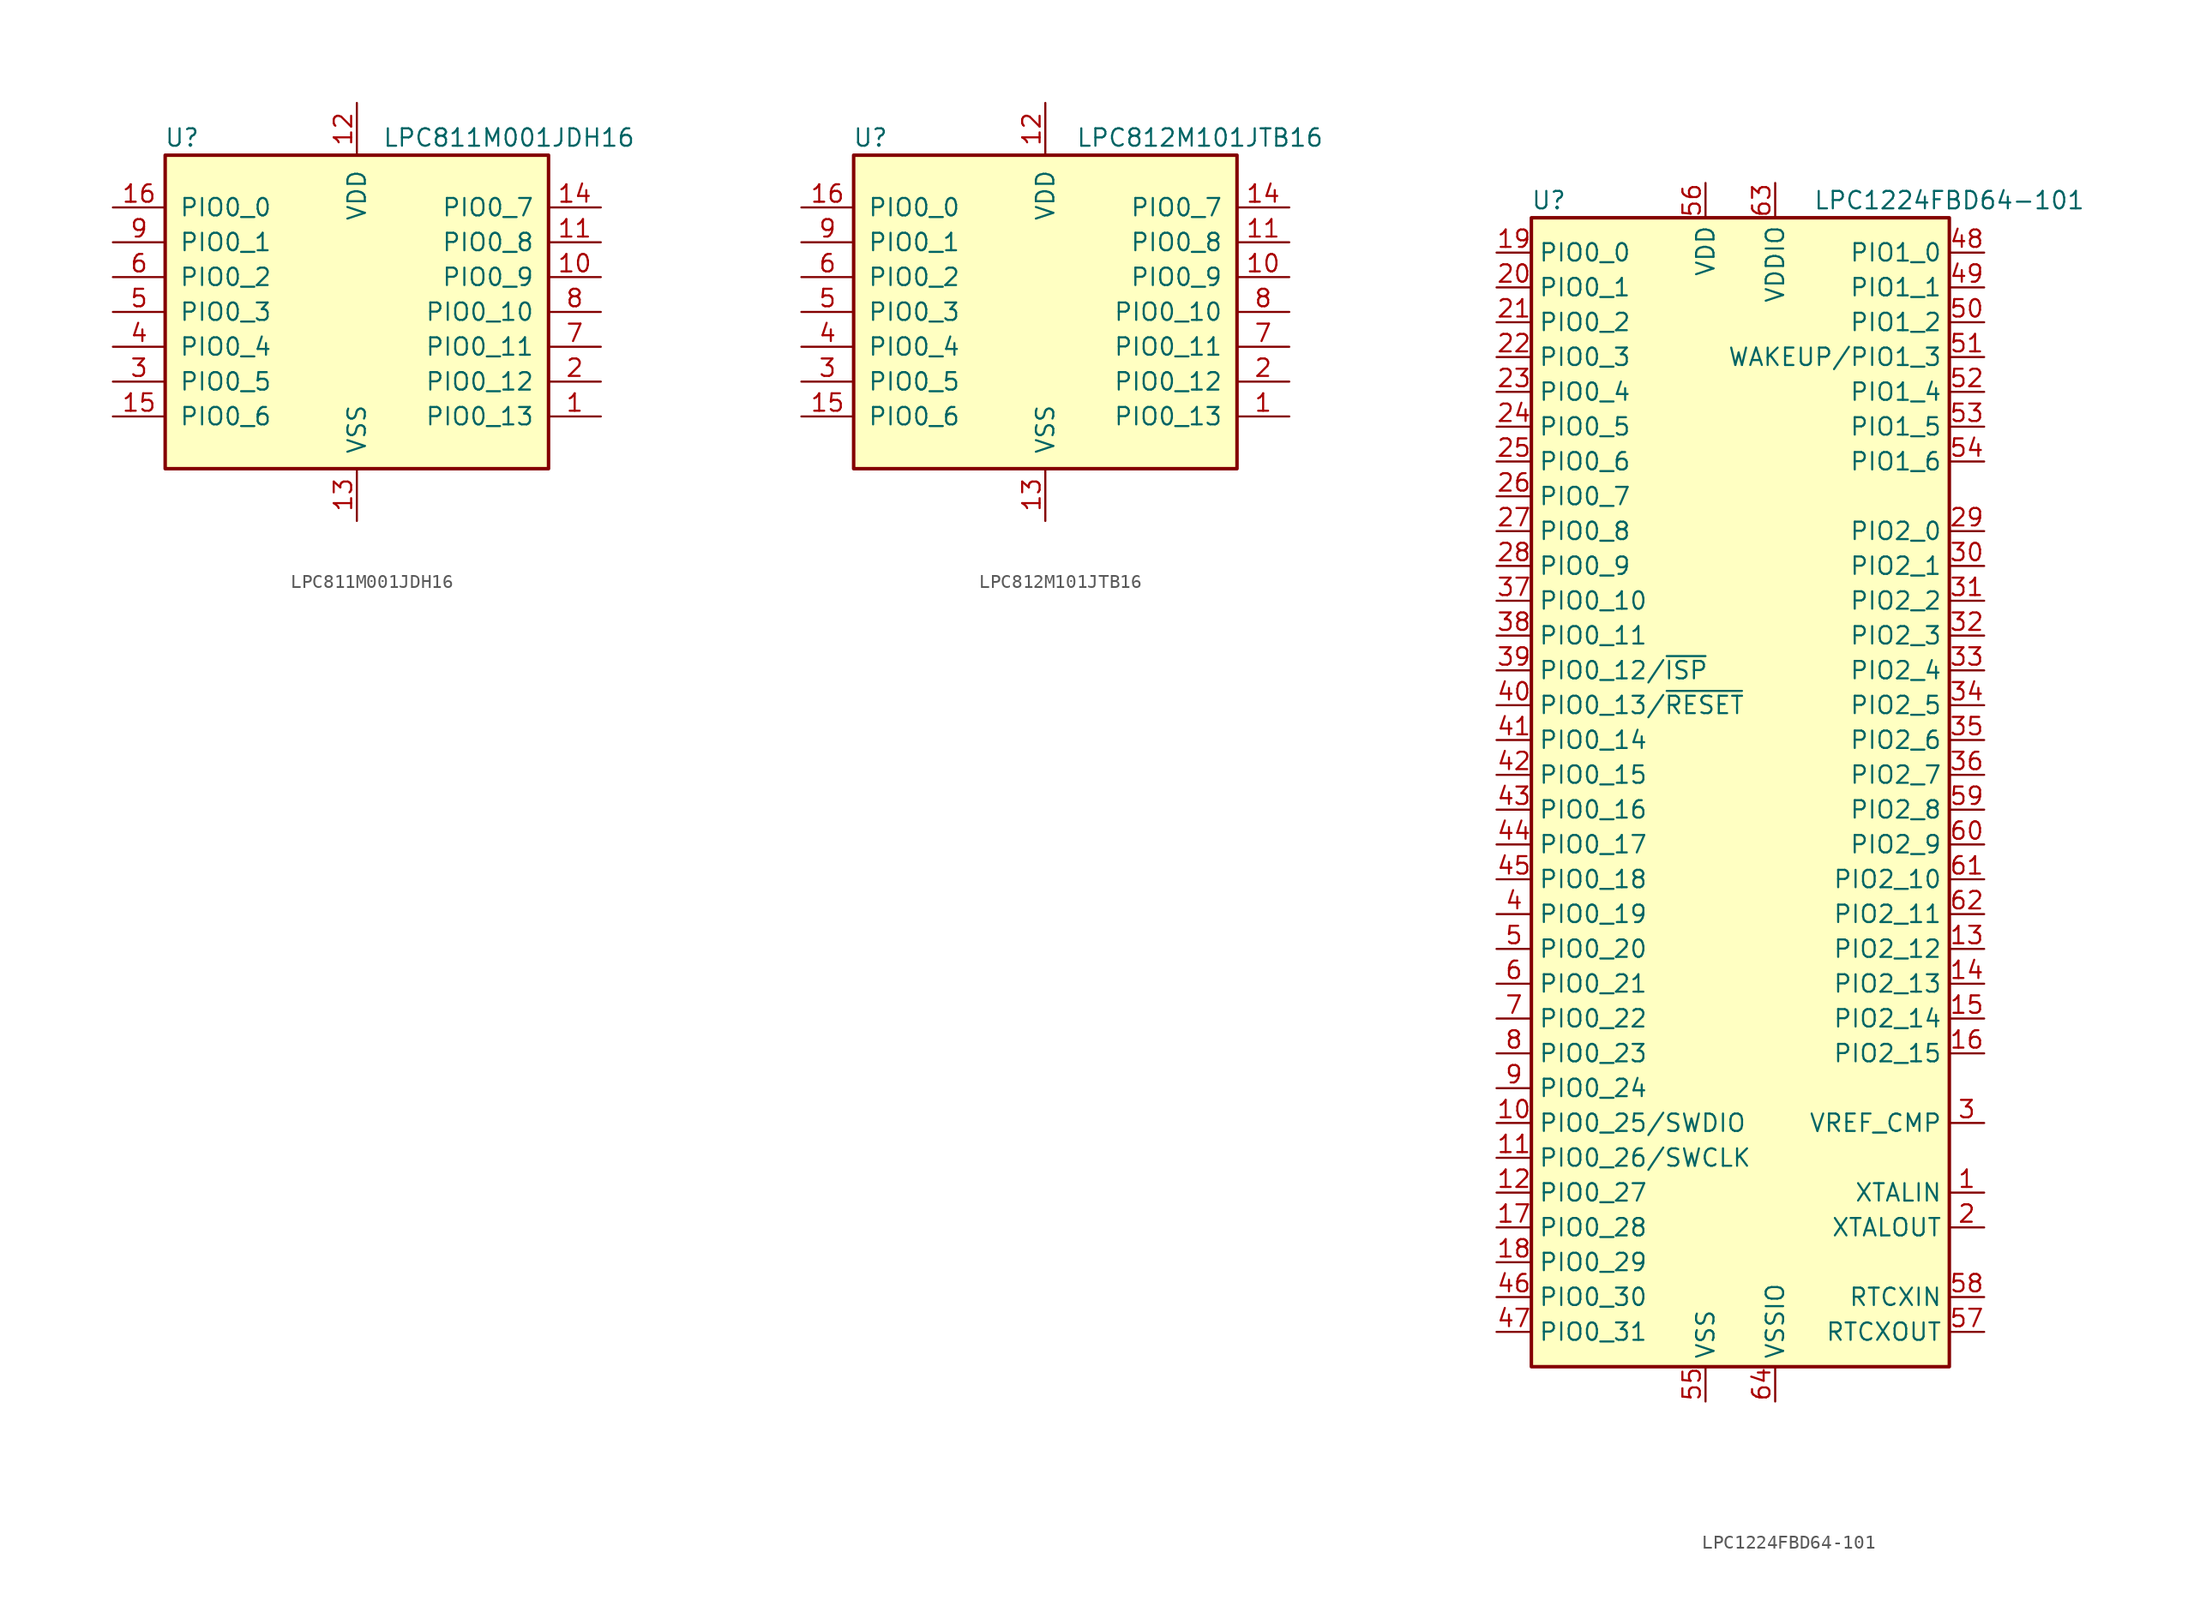
<source format=kicad_sym>
(kicad_symbol_lib
  (version 20201005)
  (generator kicad_symbol_editor)
  (symbol "LPC811M001JDH16"
    (pin_names
      (offset 1.016))
    (property "Reference" "U"
      (at -11.43 12.7 0)
      (effects (font (size 1.27 1.27)) (justify right)))
    (property "Value" "LPC811M001JDH16"
      (at 20.32 12.7 0)
      (effects (font (size 1.27 1.27)) (justify right)))
    (symbol "LPC811M001JDH16_0_1"
      (rectangle (start 13.97 11.43) (end -13.97 -11.43) (stroke (width 0.254)) (fill (type background))))
    (symbol "LPC811M001JDH16_1_1"
      (pin bidirectional line (at 17.78 -7.62 180) (length 3.81) (name "PIO0_13" (effects (font (size 1.27 1.27)))) (number "1" (effects (font (size 1.27 1.27)))))
      (pin bidirectional line (at 17.78 2.54 180) (length 3.81) (name "PIO0_9" (effects (font (size 1.27 1.27)))) (number "10" (effects (font (size 1.27 1.27)))))
      (pin bidirectional line (at 17.78 5.08 180) (length 3.81) (name "PIO0_8" (effects (font (size 1.27 1.27)))) (number "11" (effects (font (size 1.27 1.27)))))
      (pin power_in line (at 0 15.24 270) (length 3.81) (name "VDD" (effects (font (size 1.27 1.27)))) (number "12" (effects (font (size 1.27 1.27)))))
      (pin power_in line (at 0 -15.24 90) (length 3.81) (name "VSS" (effects (font (size 1.27 1.27)))) (number "13" (effects (font (size 1.27 1.27)))))
      (pin bidirectional line (at 17.78 7.62 180) (length 3.81) (name "PIO0_7" (effects (font (size 1.27 1.27)))) (number "14" (effects (font (size 1.27 1.27)))))
      (pin bidirectional line (at -17.78 -7.62 0) (length 3.81) (name "PIO0_6" (effects (font (size 1.27 1.27)))) (number "15" (effects (font (size 1.27 1.27)))))
      (pin bidirectional line (at -17.78 7.62 0) (length 3.81) (name "PIO0_0" (effects (font (size 1.27 1.27)))) (number "16" (effects (font (size 1.27 1.27)))))
      (pin bidirectional line (at 17.78 -5.08 180) (length 3.81) (name "PIO0_12" (effects (font (size 1.27 1.27)))) (number "2" (effects (font (size 1.27 1.27)))))
      (pin bidirectional line (at -17.78 -5.08 0) (length 3.81) (name "PIO0_5" (effects (font (size 1.27 1.27)))) (number "3" (effects (font (size 1.27 1.27)))))
      (pin bidirectional line (at -17.78 -2.54 0) (length 3.81) (name "PIO0_4" (effects (font (size 1.27 1.27)))) (number "4" (effects (font (size 1.27 1.27)))))
      (pin bidirectional line (at -17.78 0 0) (length 3.81) (name "PIO0_3" (effects (font (size 1.27 1.27)))) (number "5" (effects (font (size 1.27 1.27)))))
      (pin bidirectional line (at -17.78 2.54 0) (length 3.81) (name "PIO0_2" (effects (font (size 1.27 1.27)))) (number "6" (effects (font (size 1.27 1.27)))))
      (pin bidirectional line (at 17.78 -2.54 180) (length 3.81) (name "PIO0_11" (effects (font (size 1.27 1.27)))) (number "7" (effects (font (size 1.27 1.27)))))
      (pin bidirectional line (at 17.78 0 180) (length 3.81) (name "PIO0_10" (effects (font (size 1.27 1.27)))) (number "8" (effects (font (size 1.27 1.27)))))
      (pin bidirectional line (at -17.78 5.08 0) (length 3.81) (name "PIO0_1" (effects (font (size 1.27 1.27)))) (number "9" (effects (font (size 1.27 1.27)))))))
  (symbol "LPC812M101JTB16"
    (pin_names
      (offset 1.016))
    (property "Reference" "U"
      (at -11.43 12.7 0)
      (effects (font (size 1.27 1.27)) (justify right)))
    (property "Value" "LPC812M101JTB16"
      (at 20.32 12.7 0)
      (effects (font (size 1.27 1.27)) (justify right)))
    (symbol "LPC812M101JTB16_0_1"
      (rectangle (start 13.97 11.43) (end -13.97 -11.43) (stroke (width 0.254)) (fill (type background))))
    (symbol "LPC812M101JTB16_1_1"
      (pin bidirectional line (at 17.78 -7.62 180) (length 3.81) (name "PIO0_13" (effects (font (size 1.27 1.27)))) (number "1" (effects (font (size 1.27 1.27)))))
      (pin bidirectional line (at 17.78 2.54 180) (length 3.81) (name "PIO0_9" (effects (font (size 1.27 1.27)))) (number "10" (effects (font (size 1.27 1.27)))))
      (pin bidirectional line (at 17.78 5.08 180) (length 3.81) (name "PIO0_8" (effects (font (size 1.27 1.27)))) (number "11" (effects (font (size 1.27 1.27)))))
      (pin power_in line (at 0 15.24 270) (length 3.81) (name "VDD" (effects (font (size 1.27 1.27)))) (number "12" (effects (font (size 1.27 1.27)))))
      (pin power_in line (at 0 -15.24 90) (length 3.81) (name "VSS" (effects (font (size 1.27 1.27)))) (number "13" (effects (font (size 1.27 1.27)))))
      (pin bidirectional line (at 17.78 7.62 180) (length 3.81) (name "PIO0_7" (effects (font (size 1.27 1.27)))) (number "14" (effects (font (size 1.27 1.27)))))
      (pin bidirectional line (at -17.78 -7.62 0) (length 3.81) (name "PIO0_6" (effects (font (size 1.27 1.27)))) (number "15" (effects (font (size 1.27 1.27)))))
      (pin bidirectional line (at -17.78 7.62 0) (length 3.81) (name "PIO0_0" (effects (font (size 1.27 1.27)))) (number "16" (effects (font (size 1.27 1.27)))))
      (pin bidirectional line (at 17.78 -5.08 180) (length 3.81) (name "PIO0_12" (effects (font (size 1.27 1.27)))) (number "2" (effects (font (size 1.27 1.27)))))
      (pin bidirectional line (at -17.78 -5.08 0) (length 3.81) (name "PIO0_5" (effects (font (size 1.27 1.27)))) (number "3" (effects (font (size 1.27 1.27)))))
      (pin bidirectional line (at -17.78 -2.54 0) (length 3.81) (name "PIO0_4" (effects (font (size 1.27 1.27)))) (number "4" (effects (font (size 1.27 1.27)))))
      (pin bidirectional line (at -17.78 0 0) (length 3.81) (name "PIO0_3" (effects (font (size 1.27 1.27)))) (number "5" (effects (font (size 1.27 1.27)))))
      (pin bidirectional line (at -17.78 2.54 0) (length 3.81) (name "PIO0_2" (effects (font (size 1.27 1.27)))) (number "6" (effects (font (size 1.27 1.27)))))
      (pin bidirectional line (at 17.78 -2.54 180) (length 3.81) (name "PIO0_11" (effects (font (size 1.27 1.27)))) (number "7" (effects (font (size 1.27 1.27)))))
      (pin bidirectional line (at 17.78 0 180) (length 3.81) (name "PIO0_10" (effects (font (size 1.27 1.27)))) (number "8" (effects (font (size 1.27 1.27)))))
      (pin bidirectional line (at -17.78 5.08 0) (length 3.81) (name "PIO0_1" (effects (font (size 1.27 1.27)))) (number "9" (effects (font (size 1.27 1.27)))))))
  (symbol "LPC1224FBD64-101"
    (property "Reference" "U"
      (at -13.97 44.45 0)
      (effects (font (size 1.27 1.27))))
    (property "Value" "LPC1224FBD64-101"
      (at 15.24 44.45 0)
      (effects (font (size 1.27 1.27))))
    (symbol "LPC1224FBD64-101_0_1"
      (rectangle (start -15.24 43.18) (end 15.24 -40.64) (stroke (width 0.254)) (fill (type background))))
    (symbol "LPC1224FBD64-101_1_1"
      (pin input line (at 17.78 -27.94 180) (length 2.54) (name "XTALIN" (effects (font (size 1.27 1.27)))) (number "1" (effects (font (size 1.27 1.27)))))
      (pin bidirectional line (at -17.78 -22.86 0) (length 2.54) (name "PIO0_25/SWDIO" (effects (font (size 1.27 1.27)))) (number "10" (effects (font (size 1.27 1.27)))))
      (pin bidirectional line (at -17.78 -25.4 0) (length 2.54) (name "PIO0_26/SWCLK" (effects (font (size 1.27 1.27)))) (number "11" (effects (font (size 1.27 1.27)))))
      (pin bidirectional line (at -17.78 -27.94 0) (length 2.54) (name "PIO0_27" (effects (font (size 1.27 1.27)))) (number "12" (effects (font (size 1.27 1.27)))))
      (pin bidirectional line (at 17.78 -10.16 180) (length 2.54) (name "PIO2_12" (effects (font (size 1.27 1.27)))) (number "13" (effects (font (size 1.27 1.27)))))
      (pin bidirectional line (at 17.78 -12.7 180) (length 2.54) (name "PIO2_13" (effects (font (size 1.27 1.27)))) (number "14" (effects (font (size 1.27 1.27)))))
      (pin bidirectional line (at 17.78 -15.24 180) (length 2.54) (name "PIO2_14" (effects (font (size 1.27 1.27)))) (number "15" (effects (font (size 1.27 1.27)))))
      (pin bidirectional line (at 17.78 -17.78 180) (length 2.54) (name "PIO2_15" (effects (font (size 1.27 1.27)))) (number "16" (effects (font (size 1.27 1.27)))))
      (pin bidirectional line (at -17.78 -30.48 0) (length 2.54) (name "PIO0_28" (effects (font (size 1.27 1.27)))) (number "17" (effects (font (size 1.27 1.27)))))
      (pin bidirectional line (at -17.78 -33.02 0) (length 2.54) (name "PIO0_29" (effects (font (size 1.27 1.27)))) (number "18" (effects (font (size 1.27 1.27)))))
      (pin bidirectional line (at -17.78 40.64 0) (length 2.54) (name "PIO0_0" (effects (font (size 1.27 1.27)))) (number "19" (effects (font (size 1.27 1.27)))))
      (pin output line (at 17.78 -30.48 180) (length 2.54) (name "XTALOUT" (effects (font (size 1.27 1.27)))) (number "2" (effects (font (size 1.27 1.27)))))
      (pin bidirectional line (at -17.78 38.1 0) (length 2.54) (name "PIO0_1" (effects (font (size 1.27 1.27)))) (number "20" (effects (font (size 1.27 1.27)))))
      (pin bidirectional line (at -17.78 35.56 0) (length 2.54) (name "PIO0_2" (effects (font (size 1.27 1.27)))) (number "21" (effects (font (size 1.27 1.27)))))
      (pin bidirectional line (at -17.78 33.02 0) (length 2.54) (name "PIO0_3" (effects (font (size 1.27 1.27)))) (number "22" (effects (font (size 1.27 1.27)))))
      (pin bidirectional line (at -17.78 30.48 0) (length 2.54) (name "PIO0_4" (effects (font (size 1.27 1.27)))) (number "23" (effects (font (size 1.27 1.27)))))
      (pin bidirectional line (at -17.78 27.94 0) (length 2.54) (name "PIO0_5" (effects (font (size 1.27 1.27)))) (number "24" (effects (font (size 1.27 1.27)))))
      (pin bidirectional line (at -17.78 25.4 0) (length 2.54) (name "PIO0_6" (effects (font (size 1.27 1.27)))) (number "25" (effects (font (size 1.27 1.27)))))
      (pin bidirectional line (at -17.78 22.86 0) (length 2.54) (name "PIO0_7" (effects (font (size 1.27 1.27)))) (number "26" (effects (font (size 1.27 1.27)))))
      (pin bidirectional line (at -17.78 20.32 0) (length 2.54) (name "PIO0_8" (effects (font (size 1.27 1.27)))) (number "27" (effects (font (size 1.27 1.27)))))
      (pin bidirectional line (at -17.78 17.78 0) (length 2.54) (name "PIO0_9" (effects (font (size 1.27 1.27)))) (number "28" (effects (font (size 1.27 1.27)))))
      (pin bidirectional line (at 17.78 20.32 180) (length 2.54) (name "PIO2_0" (effects (font (size 1.27 1.27)))) (number "29" (effects (font (size 1.27 1.27)))))
      (pin input line (at 17.78 -22.86 180) (length 2.54) (name "VREF_CMP" (effects (font (size 1.27 1.27)))) (number "3" (effects (font (size 1.27 1.27)))))
      (pin bidirectional line (at 17.78 17.78 180) (length 2.54) (name "PIO2_1" (effects (font (size 1.27 1.27)))) (number "30" (effects (font (size 1.27 1.27)))))
      (pin bidirectional line (at 17.78 15.24 180) (length 2.54) (name "PIO2_2" (effects (font (size 1.27 1.27)))) (number "31" (effects (font (size 1.27 1.27)))))
      (pin bidirectional line (at 17.78 12.7 180) (length 2.54) (name "PIO2_3" (effects (font (size 1.27 1.27)))) (number "32" (effects (font (size 1.27 1.27)))))
      (pin bidirectional line (at 17.78 10.16 180) (length 2.54) (name "PIO2_4" (effects (font (size 1.27 1.27)))) (number "33" (effects (font (size 1.27 1.27)))))
      (pin bidirectional line (at 17.78 7.62 180) (length 2.54) (name "PIO2_5" (effects (font (size 1.27 1.27)))) (number "34" (effects (font (size 1.27 1.27)))))
      (pin bidirectional line (at 17.78 5.08 180) (length 2.54) (name "PIO2_6" (effects (font (size 1.27 1.27)))) (number "35" (effects (font (size 1.27 1.27)))))
      (pin bidirectional line (at 17.78 2.54 180) (length 2.54) (name "PIO2_7" (effects (font (size 1.27 1.27)))) (number "36" (effects (font (size 1.27 1.27)))))
      (pin bidirectional line (at -17.78 15.24 0) (length 2.54) (name "PIO0_10" (effects (font (size 1.27 1.27)))) (number "37" (effects (font (size 1.27 1.27)))))
      (pin bidirectional line (at -17.78 12.7 0) (length 2.54) (name "PIO0_11" (effects (font (size 1.27 1.27)))) (number "38" (effects (font (size 1.27 1.27)))))
      (pin bidirectional line (at -17.78 10.16 0) (length 2.54) (name "PIO0_12/~ISP" (effects (font (size 1.27 1.27)))) (number "39" (effects (font (size 1.27 1.27)))))
      (pin bidirectional line (at -17.78 -7.62 0) (length 2.54) (name "PIO0_19" (effects (font (size 1.27 1.27)))) (number "4" (effects (font (size 1.27 1.27)))))
      (pin bidirectional line (at -17.78 7.62 0) (length 2.54) (name "PIO0_13/~RESET" (effects (font (size 1.27 1.27)))) (number "40" (effects (font (size 1.27 1.27)))))
      (pin bidirectional line (at -17.78 5.08 0) (length 2.54) (name "PIO0_14" (effects (font (size 1.27 1.27)))) (number "41" (effects (font (size 1.27 1.27)))))
      (pin bidirectional line (at -17.78 2.54 0) (length 2.54) (name "PIO0_15" (effects (font (size 1.27 1.27)))) (number "42" (effects (font (size 1.27 1.27)))))
      (pin bidirectional line (at -17.78 0 0) (length 2.54) (name "PIO0_16" (effects (font (size 1.27 1.27)))) (number "43" (effects (font (size 1.27 1.27)))))
      (pin bidirectional line (at -17.78 -2.54 0) (length 2.54) (name "PIO0_17" (effects (font (size 1.27 1.27)))) (number "44" (effects (font (size 1.27 1.27)))))
      (pin bidirectional line (at -17.78 -5.08 0) (length 2.54) (name "PIO0_18" (effects (font (size 1.27 1.27)))) (number "45" (effects (font (size 1.27 1.27)))))
      (pin bidirectional line (at -17.78 -35.56 0) (length 2.54) (name "PIO0_30" (effects (font (size 1.27 1.27)))) (number "46" (effects (font (size 1.27 1.27)))))
      (pin bidirectional line (at -17.78 -38.1 0) (length 2.54) (name "PIO0_31" (effects (font (size 1.27 1.27)))) (number "47" (effects (font (size 1.27 1.27)))))
      (pin bidirectional line (at 17.78 40.64 180) (length 2.54) (name "PIO1_0" (effects (font (size 1.27 1.27)))) (number "48" (effects (font (size 1.27 1.27)))))
      (pin bidirectional line (at 17.78 38.1 180) (length 2.54) (name "PIO1_1" (effects (font (size 1.27 1.27)))) (number "49" (effects (font (size 1.27 1.27)))))
      (pin bidirectional line (at -17.78 -10.16 0) (length 2.54) (name "PIO0_20" (effects (font (size 1.27 1.27)))) (number "5" (effects (font (size 1.27 1.27)))))
      (pin bidirectional line (at 17.78 35.56 180) (length 2.54) (name "PIO1_2" (effects (font (size 1.27 1.27)))) (number "50" (effects (font (size 1.27 1.27)))))
      (pin bidirectional line (at 17.78 33.02 180) (length 2.54) (name "WAKEUP/PIO1_3" (effects (font (size 1.27 1.27)))) (number "51" (effects (font (size 1.27 1.27)))))
      (pin bidirectional line (at 17.78 30.48 180) (length 2.54) (name "PIO1_4" (effects (font (size 1.27 1.27)))) (number "52" (effects (font (size 1.27 1.27)))))
      (pin bidirectional line (at 17.78 27.94 180) (length 2.54) (name "PIO1_5" (effects (font (size 1.27 1.27)))) (number "53" (effects (font (size 1.27 1.27)))))
      (pin bidirectional line (at 17.78 25.4 180) (length 2.54) (name "PIO1_6" (effects (font (size 1.27 1.27)))) (number "54" (effects (font (size 1.27 1.27)))))
      (pin power_in line (at -2.54 -43.18 90) (length 2.54) (name "VSS" (effects (font (size 1.27 1.27)))) (number "55" (effects (font (size 1.27 1.27)))))
      (pin power_in line (at -2.54 45.72 270) (length 2.54) (name "VDD" (effects (font (size 1.27 1.27)))) (number "56" (effects (font (size 1.27 1.27)))))
      (pin output line (at 17.78 -38.1 180) (length 2.54) (name "RTCXOUT" (effects (font (size 1.27 1.27)))) (number "57" (effects (font (size 1.27 1.27)))))
      (pin input line (at 17.78 -35.56 180) (length 2.54) (name "RTCXIN" (effects (font (size 1.27 1.27)))) (number "58" (effects (font (size 1.27 1.27)))))
      (pin bidirectional line (at 17.78 0 180) (length 2.54) (name "PIO2_8" (effects (font (size 1.27 1.27)))) (number "59" (effects (font (size 1.27 1.27)))))
      (pin bidirectional line (at -17.78 -12.7 0) (length 2.54) (name "PIO0_21" (effects (font (size 1.27 1.27)))) (number "6" (effects (font (size 1.27 1.27)))))
      (pin bidirectional line (at 17.78 -2.54 180) (length 2.54) (name "PIO2_9" (effects (font (size 1.27 1.27)))) (number "60" (effects (font (size 1.27 1.27)))))
      (pin bidirectional line (at 17.78 -5.08 180) (length 2.54) (name "PIO2_10" (effects (font (size 1.27 1.27)))) (number "61" (effects (font (size 1.27 1.27)))))
      (pin bidirectional line (at 17.78 -7.62 180) (length 2.54) (name "PIO2_11" (effects (font (size 1.27 1.27)))) (number "62" (effects (font (size 1.27 1.27)))))
      (pin power_in line (at 2.54 45.72 270) (length 2.54) (name "VDDIO" (effects (font (size 1.27 1.27)))) (number "63" (effects (font (size 1.27 1.27)))))
      (pin power_in line (at 2.54 -43.18 90) (length 2.54) (name "VSSIO" (effects (font (size 1.27 1.27)))) (number "64" (effects (font (size 1.27 1.27)))))
      (pin bidirectional line (at -17.78 -15.24 0) (length 2.54) (name "PIO0_22" (effects (font (size 1.27 1.27)))) (number "7" (effects (font (size 1.27 1.27)))))
      (pin bidirectional line (at -17.78 -17.78 0) (length 2.54) (name "PIO0_23" (effects (font (size 1.27 1.27)))) (number "8" (effects (font (size 1.27 1.27)))))
      (pin bidirectional line (at -17.78 -20.32 0) (length 2.54) (name "PIO0_24" (effects (font (size 1.27 1.27)))) (number "9" (effects (font (size 1.27 1.27))))))))
</source>
